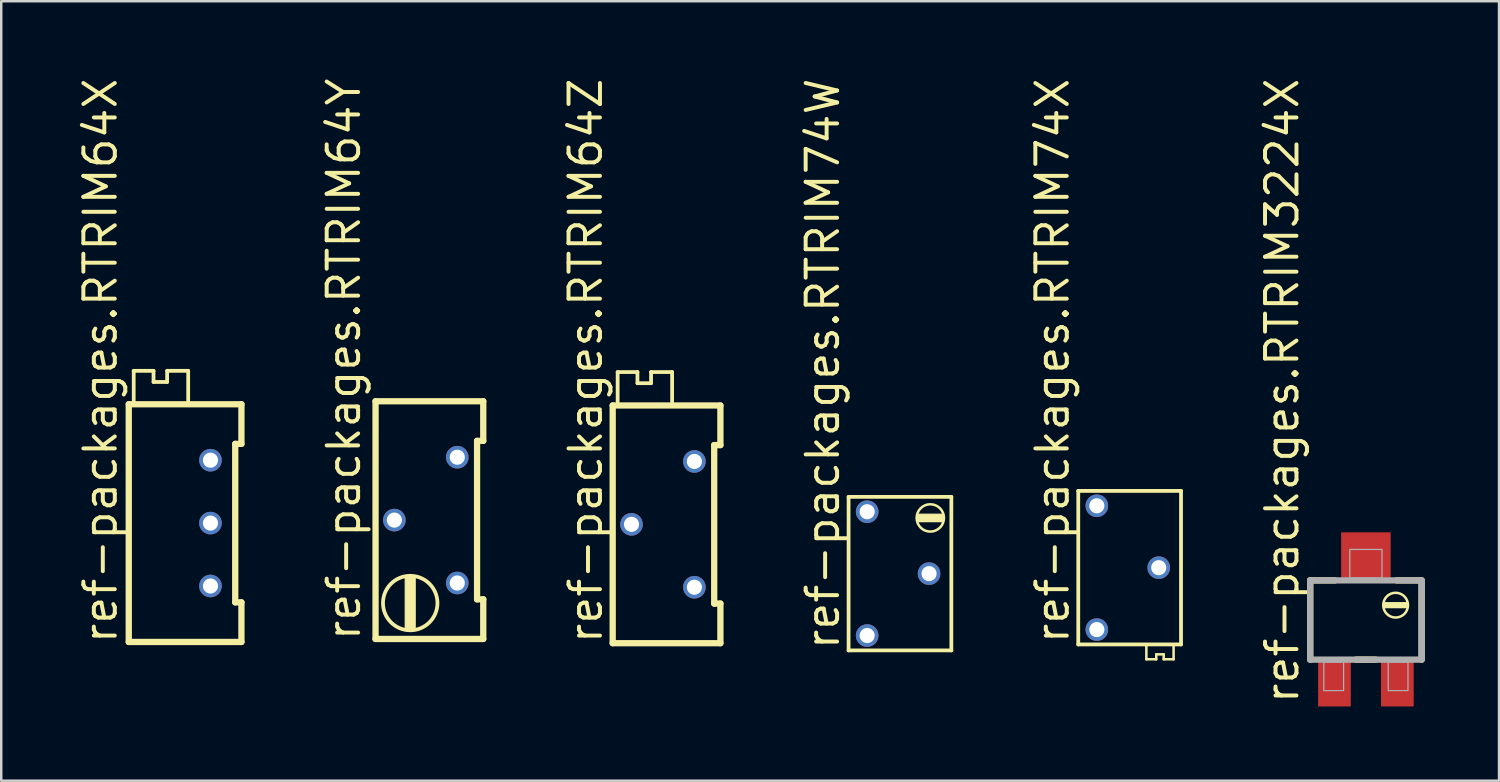
<source format=kicad_pcb>
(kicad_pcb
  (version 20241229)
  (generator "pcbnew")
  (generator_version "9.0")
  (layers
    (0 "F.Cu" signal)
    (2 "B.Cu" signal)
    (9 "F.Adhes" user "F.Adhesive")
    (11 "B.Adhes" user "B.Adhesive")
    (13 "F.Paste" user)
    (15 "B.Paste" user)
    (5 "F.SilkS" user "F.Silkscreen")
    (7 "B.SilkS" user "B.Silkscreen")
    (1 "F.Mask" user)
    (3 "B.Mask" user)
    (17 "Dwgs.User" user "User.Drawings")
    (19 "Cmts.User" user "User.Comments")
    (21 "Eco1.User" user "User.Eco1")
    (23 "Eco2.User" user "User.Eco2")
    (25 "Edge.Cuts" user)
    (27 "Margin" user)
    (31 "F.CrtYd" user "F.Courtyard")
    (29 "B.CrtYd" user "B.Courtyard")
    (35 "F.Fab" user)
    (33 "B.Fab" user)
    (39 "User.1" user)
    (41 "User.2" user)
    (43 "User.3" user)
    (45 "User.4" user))
  (footprint "ref-packages.RTRIM3224X"
    (layer "F.Cu")
    (at 52.113 21.99)
    (property "Reference" "ref-packages.RTRIM3224X" (at -2.64 3.455 90) (layer "F.SilkS") (effects (font (size 1.27 1.27) (thickness 0.16)) (justify left bottom)))
    (attr smd)
    (fp_line (start -2.25 -1.6) (end -1.25 -1.6) (stroke (width 0.254) (type default)) (layer "F.SilkS"))
    (fp_line (start -2.25 1.6) (end -2.25 -1.6) (stroke (width 0.254) (type default)) (layer "F.SilkS"))
    (fp_line (start -0.4 1.6) (end 0.4 1.6) (stroke (width 0.254) (type default)) (layer "F.SilkS"))
    (fp_line (start 1.25 -1.6) (end 2.25 -1.6) (stroke (width 0.254) (type default)) (layer "F.SilkS"))
    (fp_line (start 2.25 -1.6) (end 2.25 1.6) (stroke (width 0.254) (type default)) (layer "F.SilkS"))
    (fp_rect (start 0.75 -0.5) (end 1.65 -0.7) (stroke (width 0.05) (type default)) (fill yes) (layer "F.SilkS"))
    (fp_circle (center 1.2 -0.6) (end 1.7 -0.6) (stroke (width 0.102) (type default)) (fill no) (layer "F.SilkS"))
    (fp_line (start -2.25 -1.6) (end 2.25 -1.6) (stroke (width 0.254) (type default)) (layer "F.Fab"))
    (fp_line (start -2.25 1.6) (end -2.25 -1.6) (stroke (width 0.254) (type default)) (layer "F.Fab"))
    (fp_line (start 2.25 -1.6) (end 2.25 1.6) (stroke (width 0.254) (type default)) (layer "F.Fab"))
    (fp_line (start 2.25 1.6) (end -2.25 1.6) (stroke (width 0.254) (type default)) (layer "F.Fab"))
    (fp_rect (start -1.7 2.85) (end -0.9 1.7) (stroke (width 0.05) (type default)) (fill no) (layer "F.Fab"))
    (fp_rect (start -0.65 -1.7) (end 0.65 -2.85) (stroke (width 0.05) (type default)) (fill no) (layer "F.Fab"))
    (fp_rect (start 0.9 2.85) (end 1.7 1.7) (stroke (width 0.05) (type default)) (fill no) (layer "F.Fab"))
    (pad "1" smd roundrect (at -1.27 2.54) (size 1.32 1.9) (layers "F.Cu" "F.Mask" "F.Paste") (roundrect_rratio 0.01))
    (pad "2" smd roundrect (at 0 -2.54) (size 2 2) (layers "F.Cu" "F.Mask" "F.Paste") (roundrect_rratio 0.01))
    (pad "3" smd roundrect (at 1.27 2.54) (size 1.32 1.9) (layers "F.Cu" "F.Mask" "F.Paste") (roundrect_rratio 0.01)))
  (footprint "ref-packages.RTRIM64Y"
    (layer "F.Cu")
    (at 15.417 17.955)
    (property "Reference" "ref-packages.RTRIM64Y" (at -3.84 4.95 90) (layer "F.SilkS") (effects (font (size 1.27 1.27) (thickness 0.16)) (justify left bottom)))
    (attr through_hole)
    (fp_line (start -3.3 -4.8) (end 1.05 -4.8) (stroke (width 0.254) (type default)) (layer "F.SilkS"))
    (fp_line (start -3.3 4.8) (end -3.3 -4.8) (stroke (width 0.254) (type default)) (layer "F.SilkS"))
    (fp_line (start 0.8 -3.2) (end 0.8 3.2) (stroke (width 0.254) (type default)) (layer "F.SilkS"))
    (fp_line (start 0.8 3.2) (end 1.05 3.2) (stroke (width 0.254) (type default)) (layer "F.SilkS"))
    (fp_line (start 1.05 -4.8) (end 1.05 -3.2) (stroke (width 0.254) (type default)) (layer "F.SilkS"))
    (fp_line (start 1.05 -3.2) (end 0.8 -3.2) (stroke (width 0.254) (type default)) (layer "F.SilkS"))
    (fp_line (start 1.05 3.2) (end 1.05 4.8) (stroke (width 0.254) (type default)) (layer "F.SilkS"))
    (fp_line (start 1.05 4.8) (end -3.3 4.8) (stroke (width 0.254) (type default)) (layer "F.SilkS"))
    (fp_rect (start -2.1 4.4) (end -1.7 2.3) (stroke (width 0.05) (type default)) (fill yes) (layer "F.SilkS"))
    (fp_circle (center -1.9 3.35) (end -0.8 3.35) (stroke (width 0.152) (type default)) (fill no) (layer "F.SilkS"))
    (pad "1" thru_hole circle (at 0 2.54) (size 0.914 0.914) (drill 0.61) (layers "*.Cu" "*.Mask"))
    (pad "2" thru_hole circle (at -2.54 0) (size 0.914 0.914) (drill 0.61) (layers "*.Cu" "*.Mask"))
    (pad "3" thru_hole circle (at 0 -2.54) (size 0.914 0.914) (drill 0.61) (layers "*.Cu" "*.Mask")))
  (footprint "ref-packages.RTRIM64X"
    (layer "F.Cu")
    (at 4.18 18.076)
    (property "Reference" "ref-packages.RTRIM64X" (at -2.43 4.95 90) (layer "F.SilkS") (effects (font (size 1.27 1.27) (thickness 0.16)) (justify left bottom)))
    (attr through_hole)
    (fp_line (start -2.03 -4.8) (end 2.52 -4.8) (stroke (width 0.254) (type default)) (layer "F.SilkS"))
    (fp_line (start -2.03 4.8) (end -2.03 -4.8) (stroke (width 0.254) (type default)) (layer "F.SilkS"))
    (fp_line (start -1.83 -6.15) (end -1.03 -6.15) (stroke (width 0.152) (type default)) (layer "F.SilkS"))
    (fp_line (start -1.83 -4.95) (end -1.83 -6.15) (stroke (width 0.152) (type default)) (layer "F.SilkS"))
    (fp_line (start -1.03 -6.15) (end -1.03 -5.7) (stroke (width 0.152) (type default)) (layer "F.SilkS"))
    (fp_line (start -1.03 -5.7) (end -0.48 -5.7) (stroke (width 0.152) (type default)) (layer "F.SilkS"))
    (fp_line (start -0.48 -6.15) (end 0.37 -6.15) (stroke (width 0.152) (type default)) (layer "F.SilkS"))
    (fp_line (start -0.48 -5.7) (end -0.48 -6.15) (stroke (width 0.152) (type default)) (layer "F.SilkS"))
    (fp_line (start 0.37 -6.15) (end 0.37 -4.95) (stroke (width 0.152) (type default)) (layer "F.SilkS"))
    (fp_line (start 2.27 -3.2) (end 2.27 3.2) (stroke (width 0.254) (type default)) (layer "F.SilkS"))
    (fp_line (start 2.27 3.2) (end 2.52 3.2) (stroke (width 0.254) (type default)) (layer "F.SilkS"))
    (fp_line (start 2.52 -4.8) (end 2.52 -3.2) (stroke (width 0.254) (type default)) (layer "F.SilkS"))
    (fp_line (start 2.52 -3.2) (end 2.27 -3.2) (stroke (width 0.254) (type default)) (layer "F.SilkS"))
    (fp_line (start 2.52 3.2) (end 2.52 4.8) (stroke (width 0.254) (type default)) (layer "F.SilkS"))
    (fp_line (start 2.52 4.8) (end -2.03 4.8) (stroke (width 0.254) (type default)) (layer "F.SilkS"))
    (pad "1" thru_hole circle (at 1.27 2.54) (size 0.914 0.914) (drill 0.61) (layers "*.Cu" "*.Mask"))
    (pad "2" thru_hole circle (at 1.27 0) (size 0.914 0.914) (drill 0.61) (layers "*.Cu" "*.Mask"))
    (pad "3" thru_hole circle (at 1.27 -2.54) (size 0.914 0.914) (drill 0.61) (layers "*.Cu" "*.Mask")))
  (footprint "ref-packages.RTRIM64Z"
    (layer "F.Cu")
    (at 24.994 18.126)
    (property "Reference" "ref-packages.RTRIM64Z" (at -3.65 4.9 90) (layer "F.SilkS") (effects (font (size 1.27 1.27) (thickness 0.16)) (justify left bottom)))
    (attr through_hole)
    (fp_line (start -3.3 -4.8) (end 1.05 -4.8) (stroke (width 0.254) (type default)) (layer "F.SilkS"))
    (fp_line (start -3.3 4.8) (end -3.3 -4.8) (stroke (width 0.254) (type default)) (layer "F.SilkS"))
    (fp_line (start -3.1 -6.15) (end -2.3 -6.15) (stroke (width 0.152) (type default)) (layer "F.SilkS"))
    (fp_line (start -3.1 -4.95) (end -3.1 -6.15) (stroke (width 0.152) (type default)) (layer "F.SilkS"))
    (fp_line (start -2.3 -6.15) (end -2.3 -5.7) (stroke (width 0.152) (type default)) (layer "F.SilkS"))
    (fp_line (start -2.3 -5.7) (end -1.75 -5.7) (stroke (width 0.152) (type default)) (layer "F.SilkS"))
    (fp_line (start -1.75 -6.15) (end -0.9 -6.15) (stroke (width 0.152) (type default)) (layer "F.SilkS"))
    (fp_line (start -1.75 -5.7) (end -1.75 -6.15) (stroke (width 0.152) (type default)) (layer "F.SilkS"))
    (fp_line (start -0.9 -6.15) (end -0.9 -4.95) (stroke (width 0.152) (type default)) (layer "F.SilkS"))
    (fp_line (start 0.8 -3.2) (end 0.8 3.2) (stroke (width 0.254) (type default)) (layer "F.SilkS"))
    (fp_line (start 0.8 3.2) (end 1.05 3.2) (stroke (width 0.254) (type default)) (layer "F.SilkS"))
    (fp_line (start 1.05 -4.8) (end 1.05 -3.2) (stroke (width 0.254) (type default)) (layer "F.SilkS"))
    (fp_line (start 1.05 -3.2) (end 0.8 -3.2) (stroke (width 0.254) (type default)) (layer "F.SilkS"))
    (fp_line (start 1.05 3.2) (end 1.05 4.8) (stroke (width 0.254) (type default)) (layer "F.SilkS"))
    (fp_line (start 1.05 4.8) (end -3.3 4.8) (stroke (width 0.254) (type default)) (layer "F.SilkS"))
    (pad "1" thru_hole circle (at 0 2.54) (size 0.914 0.914) (drill 0.61) (layers "*.Cu" "*.Mask"))
    (pad "2" thru_hole circle (at -2.54 0) (size 0.914 0.914) (drill 0.61) (layers "*.Cu" "*.Mask"))
    (pad "3" thru_hole circle (at 0 -2.54) (size 0.914 0.914) (drill 0.61) (layers "*.Cu" "*.Mask")))
  (footprint "ref-packages.RTRIM74X"
    (layer "F.Cu")
    (at 42.497 19.876)
    (property "Reference" "ref-packages.RTRIM74X" (at -2.3 3.15 90) (layer "F.SilkS") (effects (font (size 1.27 1.27) (thickness 0.16)) (justify left bottom)))
    (attr through_hole)
    (fp_line (start -2 -3.1) (end -2 3.1) (stroke (width 0.152) (type default)) (layer "F.SilkS"))
    (fp_line (start -2 3.1) (end 2.15 3.1) (stroke (width 0.152) (type default)) (layer "F.SilkS"))
    (fp_line (start 0.75 3.15) (end 0.75 3.7) (stroke (width 0.102) (type default)) (layer "F.SilkS"))
    (fp_line (start 0.75 3.7) (end 1.15 3.7) (stroke (width 0.102) (type default)) (layer "F.SilkS"))
    (fp_line (start 1.15 3.5) (end 1.45 3.5) (stroke (width 0.102) (type default)) (layer "F.SilkS"))
    (fp_line (start 1.15 3.7) (end 1.15 3.5) (stroke (width 0.102) (type default)) (layer "F.SilkS"))
    (fp_line (start 1.45 3.5) (end 1.45 3.7) (stroke (width 0.102) (type default)) (layer "F.SilkS"))
    (fp_line (start 1.45 3.7) (end 1.85 3.7) (stroke (width 0.102) (type default)) (layer "F.SilkS"))
    (fp_line (start 1.85 3.7) (end 1.85 3.15) (stroke (width 0.102) (type default)) (layer "F.SilkS"))
    (fp_line (start 2.15 -3.1) (end -2 -3.1) (stroke (width 0.152) (type default)) (layer "F.SilkS"))
    (fp_line (start 2.15 3.1) (end 2.15 -3.1) (stroke (width 0.152) (type default)) (layer "F.SilkS"))
    (pad "1" thru_hole circle (at -1.25 2.5) (size 0.914 0.914) (drill 0.61) (layers "*.Cu" "*.Mask"))
    (pad "2" thru_hole circle (at 1.25 0) (size 0.914 0.914) (drill 0.61) (layers "*.Cu" "*.Mask"))
    (pad "3" thru_hole circle (at -1.25 -2.5) (size 0.914 0.914) (drill 0.61) (layers "*.Cu" "*.Mask")))
  (footprint "ref-packages.RTRIM74W"
    (layer "F.Cu")
    (at 33.221 20.117)
    (property "Reference" "ref-packages.RTRIM74W" (at -2.3 3.15 90) (layer "F.SilkS") (effects (font (size 1.27 1.27) (thickness 0.16)) (justify left bottom)))
    (attr through_hole)
    (fp_line (start -2 -3.1) (end -2 3.1) (stroke (width 0.152) (type default)) (layer "F.SilkS"))
    (fp_line (start -2 3.1) (end 2.15 3.1) (stroke (width 0.152) (type default)) (layer "F.SilkS"))
    (fp_line (start 2.15 -3.1) (end -2 -3.1) (stroke (width 0.152) (type default)) (layer "F.SilkS"))
    (fp_line (start 2.15 3.1) (end 2.15 -3.1) (stroke (width 0.152) (type default)) (layer "F.SilkS"))
    (fp_rect (start 0.8 -2.1) (end 1.8 -2.4) (stroke (width 0.05) (type default)) (fill yes) (layer "F.SilkS"))
    (fp_circle (center 1.3 -2.25) (end 1.852 -2.25) (stroke (width 0.102) (type default)) (fill no) (layer "F.SilkS"))
    (pad "1" thru_hole circle (at -1.25 2.5) (size 0.914 0.914) (drill 0.61) (layers "*.Cu" "*.Mask"))
    (pad "2" thru_hole circle (at 1.25 0) (size 0.914 0.914) (drill 0.61) (layers "*.Cu" "*.Mask"))
    (pad "3" thru_hole circle (at -1.25 -2.5) (size 0.914 0.914) (drill 0.61) (layers "*.Cu" "*.Mask")))
  (gr_rect
    (start -3 -3)
    (end 57.49 28.48)
    (stroke (width 0.1) (type default))
    (fill no)
    (layer "Edge.Cuts")))
</source>
